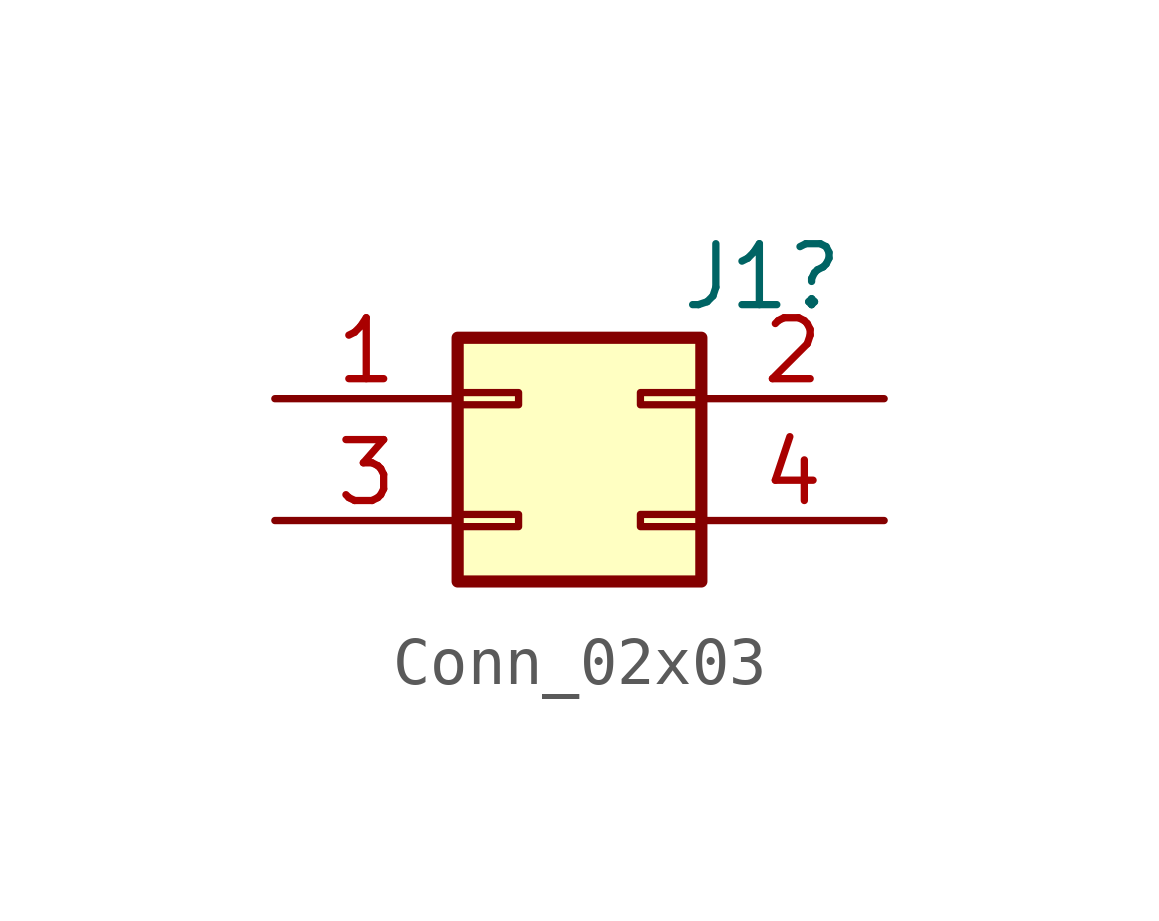
<source format=kicad_sym>
(kicad_symbol_lib
  (version 20220914)
  (generator kicad_symbol_editor)
  (symbol "Conn_02x03"
    (pin_names
      (offset 0.025) hide)
    (property "Reference" "J1"
      (at 3.81 5.08 0)
      (effects (font (size 1.27 1.27))))
    (symbol "Conn_02x03_0_1"
      (rectangle (start -2.54 0.127) (end -1.27 -0.127) (stroke (width 0.152) (type default)) (fill (type none)))
      (rectangle (start -2.54 2.667) (end -1.27 2.413) (stroke (width 0.152) (type default)) (fill (type none)))
      (rectangle (start -2.54 3.81) (end 2.54 -1.27) (stroke (width 0.254) (type default)) (fill (type background)))
      (rectangle (start 1.27 0.127) (end 2.54 -0.127) (stroke (width 0.152) (type default)) (fill (type none)))
      (rectangle (start 1.27 2.667) (end 2.54 2.413) (stroke (width 0.152) (type default)) (fill (type none))))
    (symbol "Conn_02x03_1_1"
      (pin passive line (at -6.35 2.54 0) (length 3.81) (name "+12V" (effects (font (size 1.27 1.27)))) (number "1" (effects (font (size 1.27 1.27)))))
      (pin passive line (at 6.35 2.54 180) (length 3.81) (name "+12V" (effects (font (size 1.27 1.27)))) (number "2" (effects (font (size 1.27 1.27)))))
      (pin passive line (at -6.35 0 0) (length 3.81) (name "GND" (effects (font (size 1.27 1.27)))) (number "3" (effects (font (size 1.27 1.27)))))
      (pin passive line (at 6.35 0 180) (length 3.81) (name "GND" (effects (font (size 1.27 1.27)))) (number "4" (effects (font (size 1.27 1.27))))))))
</source>
